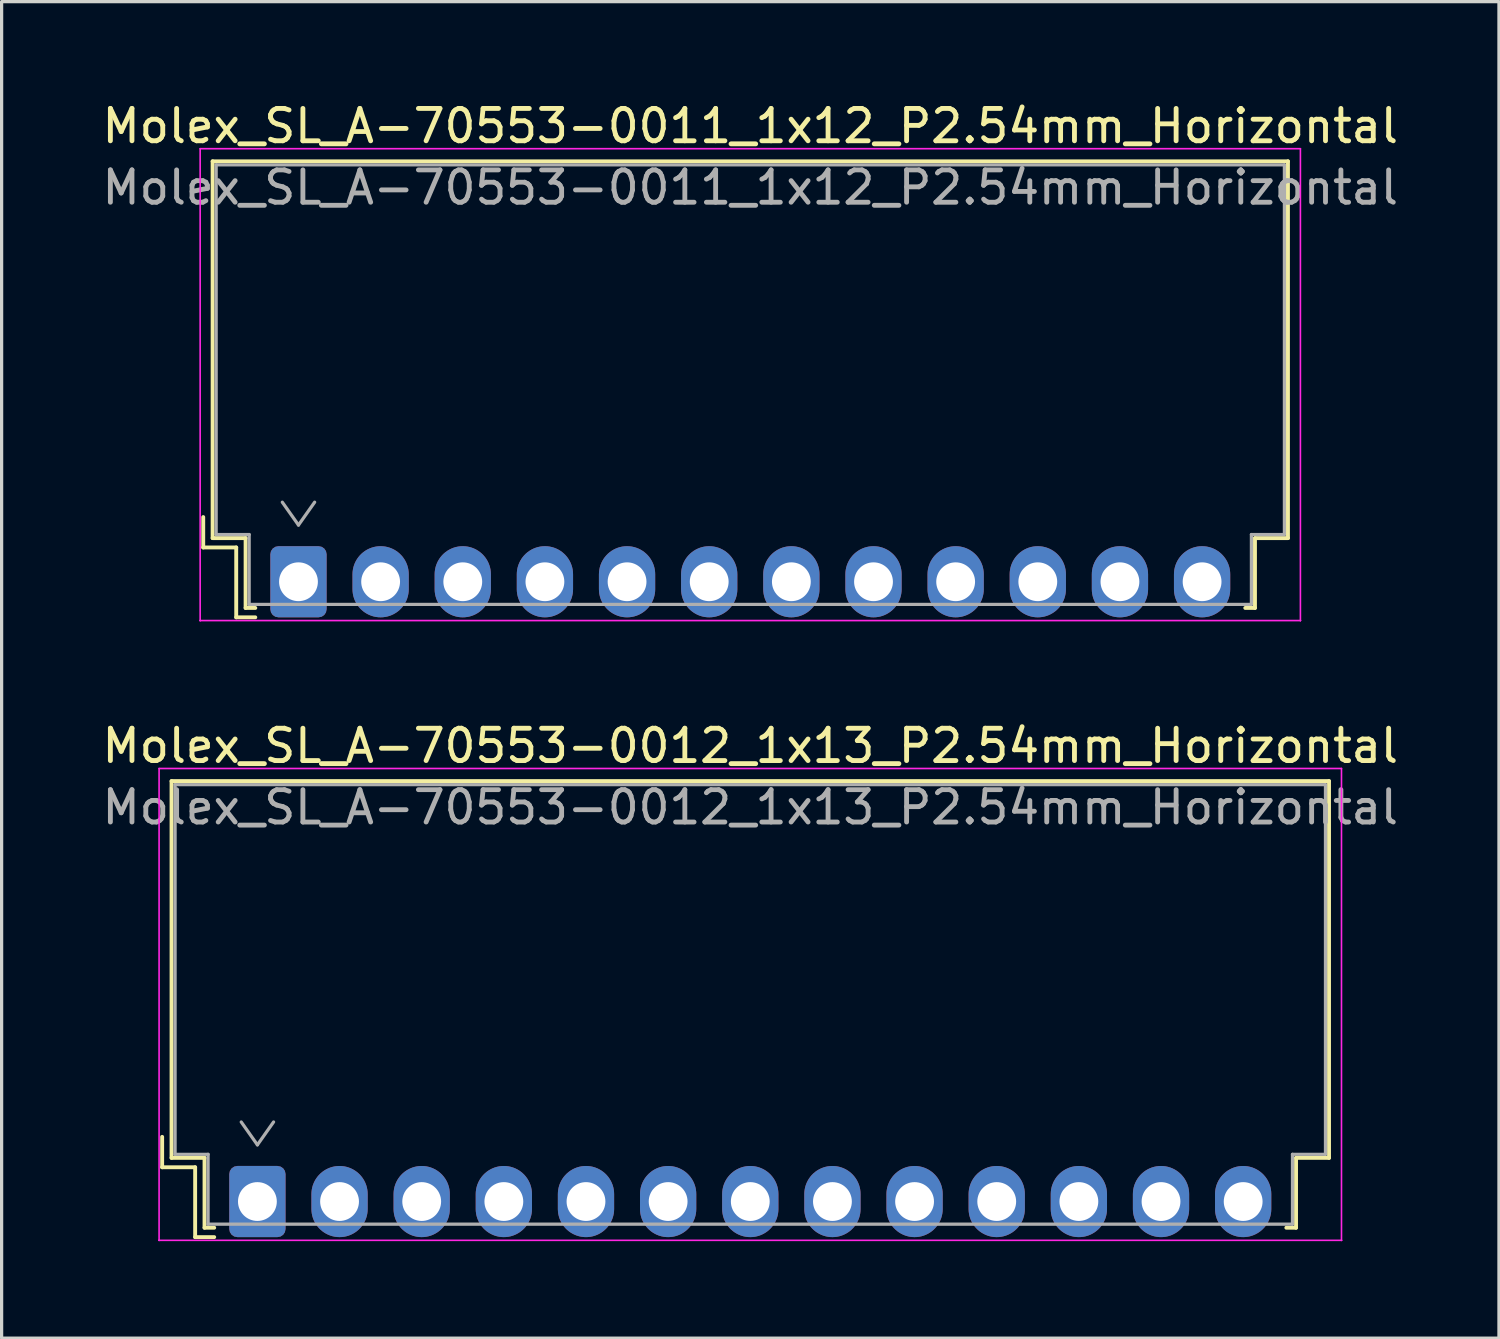
<source format=kicad_pcb>
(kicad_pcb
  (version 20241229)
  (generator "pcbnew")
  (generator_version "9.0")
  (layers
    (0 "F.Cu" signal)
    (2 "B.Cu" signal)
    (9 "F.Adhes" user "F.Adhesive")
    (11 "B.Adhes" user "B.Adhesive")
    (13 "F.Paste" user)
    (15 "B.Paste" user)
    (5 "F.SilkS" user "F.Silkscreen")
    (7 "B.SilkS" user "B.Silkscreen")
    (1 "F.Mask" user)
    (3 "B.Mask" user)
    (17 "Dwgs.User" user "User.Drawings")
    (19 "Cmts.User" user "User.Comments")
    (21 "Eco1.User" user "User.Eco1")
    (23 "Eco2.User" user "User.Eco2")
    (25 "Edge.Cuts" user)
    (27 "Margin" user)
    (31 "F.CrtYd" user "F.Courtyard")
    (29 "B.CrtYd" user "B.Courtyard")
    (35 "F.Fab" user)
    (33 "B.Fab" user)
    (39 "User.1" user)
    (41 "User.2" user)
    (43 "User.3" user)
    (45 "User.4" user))
  (footprint "Molex_SL_A-70553-0011_1x12_P2.54mm_Horizontal"
    (layer "F.Cu")
    (at 6.179 14.938)
    (property "Reference" "Molex_SL_A-70553-0011_1x12_P2.54mm_Horizontal" (at 13.97 -14.09 0) (layer "F.SilkS") (effects (font (size 1 1) (thickness 0.15))))
    (attr through_hole)
    (fp_line (start -2.945 -2) (end -2.945 -1.06) (stroke (width 0.12) (type solid)) (layer "F.SilkS"))
    (fp_line (start -2.945 -1.06) (end -1.925 -1.06) (stroke (width 0.12) (type solid)) (layer "F.SilkS"))
    (fp_line (start -2.655 -13) (end 30.595 -13) (stroke (width 0.12) (type solid)) (layer "F.SilkS"))
    (fp_line (start -2.655 -1.35) (end -2.655 -13) (stroke (width 0.12) (type solid)) (layer "F.SilkS"))
    (fp_line (start -2.655 -1.35) (end -1.635 -1.35) (stroke (width 0.12) (type solid)) (layer "F.SilkS"))
    (fp_line (start -1.925 -1.06) (end -1.925 1.1) (stroke (width 0.12) (type solid)) (layer "F.SilkS"))
    (fp_line (start -1.925 1.1) (end -1.335 1.1) (stroke (width 0.12) (type solid)) (layer "F.SilkS"))
    (fp_line (start -1.635 -1.35) (end -1.635 0.81) (stroke (width 0.12) (type solid)) (layer "F.SilkS"))
    (fp_line (start -1.635 0.81) (end -1.335 0.81) (stroke (width 0.12) (type solid)) (layer "F.SilkS"))
    (fp_line (start 29.575 -1.35) (end 29.575 0.81) (stroke (width 0.12) (type solid)) (layer "F.SilkS"))
    (fp_line (start 29.575 0.81) (end 29.275 0.81) (stroke (width 0.12) (type solid)) (layer "F.SilkS"))
    (fp_line (start 30.595 -13) (end 30.595 -1.35) (stroke (width 0.12) (type solid)) (layer "F.SilkS"))
    (fp_line (start 30.595 -1.35) (end 29.575 -1.35) (stroke (width 0.12) (type solid)) (layer "F.SilkS"))
    (fp_line (start -3.04 -13.39) (end -3.04 1.2) (stroke (width 0.05) (type solid)) (layer "F.CrtYd"))
    (fp_line (start -3.04 1.2) (end -3.04 1.2) (stroke (width 0.05) (type solid)) (layer "F.CrtYd"))
    (fp_line (start -3.04 1.2) (end -3.04 1.2) (stroke (width 0.05) (type solid)) (layer "F.CrtYd"))
    (fp_line (start -3.04 1.2) (end 30.98 1.2) (stroke (width 0.05) (type solid)) (layer "F.CrtYd"))
    (fp_line (start 30.98 -13.39) (end -3.04 -13.39) (stroke (width 0.05) (type solid)) (layer "F.CrtYd"))
    (fp_line (start 30.98 1.2) (end 30.98 -13.39) (stroke (width 0.05) (type solid)) (layer "F.CrtYd"))
    (fp_line (start 30.98 1.2) (end 30.98 1.2) (stroke (width 0.05) (type solid)) (layer "F.CrtYd"))
    (fp_line (start 30.98 1.2) (end 30.98 1.2) (stroke (width 0.05) (type solid)) (layer "F.CrtYd"))
    (fp_line (start -2.545 -12.89) (end -2.545 -1.46) (stroke (width 0.1) (type solid)) (layer "F.Fab"))
    (fp_line (start -2.545 -1.46) (end -1.525 -1.46) (stroke (width 0.1) (type solid)) (layer "F.Fab"))
    (fp_line (start -1.525 -1.46) (end -1.525 0.7) (stroke (width 0.1) (type solid)) (layer "F.Fab"))
    (fp_line (start -1.525 0.7) (end 29.465 0.7) (stroke (width 0.1) (type solid)) (layer "F.Fab"))
    (fp_line (start -0.5 -2.46) (end 0 -1.753) (stroke (width 0.1) (type solid)) (layer "F.Fab"))
    (fp_line (start 0 -1.753) (end 0.5 -2.46) (stroke (width 0.1) (type solid)) (layer "F.Fab"))
    (fp_line (start 29.465 -1.46) (end 30.485 -1.46) (stroke (width 0.1) (type solid)) (layer "F.Fab"))
    (fp_line (start 29.465 0.7) (end 29.465 -1.46) (stroke (width 0.1) (type solid)) (layer "F.Fab"))
    (fp_line (start 30.485 -12.89) (end -2.545 -12.89) (stroke (width 0.1) (type solid)) (layer "F.Fab"))
    (fp_line (start 30.485 -1.46) (end 30.485 -12.89) (stroke (width 0.1) (type solid)) (layer "F.Fab"))
    (fp_text user "${REFERENCE}" (at 13.97 -12.19 0) (layer "F.Fab") (effects (font (size 1 1) (thickness 0.15))))
    (pad "1" thru_hole roundrect (at 0 0) (size 1.74 2.2) (drill 1.2) (layers "*.Cu" "*.Mask") (roundrect_rratio 0.144))
    (pad "2" thru_hole oval (at 2.54 0) (size 1.74 2.2) (drill 1.2) (layers "*.Cu" "*.Mask"))
    (pad "3" thru_hole oval (at 5.08 0) (size 1.74 2.2) (drill 1.2) (layers "*.Cu" "*.Mask"))
    (pad "4" thru_hole oval (at 7.62 0) (size 1.74 2.2) (drill 1.2) (layers "*.Cu" "*.Mask"))
    (pad "5" thru_hole oval (at 10.16 0) (size 1.74 2.2) (drill 1.2) (layers "*.Cu" "*.Mask"))
    (pad "6" thru_hole oval (at 12.7 0) (size 1.74 2.2) (drill 1.2) (layers "*.Cu" "*.Mask"))
    (pad "7" thru_hole oval (at 15.24 0) (size 1.74 2.2) (drill 1.2) (layers "*.Cu" "*.Mask"))
    (pad "8" thru_hole oval (at 17.78 0) (size 1.74 2.2) (drill 1.2) (layers "*.Cu" "*.Mask"))
    (pad "9" thru_hole oval (at 20.32 0) (size 1.74 2.2) (drill 1.2) (layers "*.Cu" "*.Mask"))
    (pad "10" thru_hole oval (at 22.86 0) (size 1.74 2.2) (drill 1.2) (layers "*.Cu" "*.Mask"))
    (pad "11" thru_hole oval (at 25.4 0) (size 1.74 2.2) (drill 1.2) (layers "*.Cu" "*.Mask"))
    (pad "12" thru_hole oval (at 27.94 0) (size 1.74 2.2) (drill 1.2) (layers "*.Cu" "*.Mask")))
  (footprint "Molex_SL_A-70553-0012_1x13_P2.54mm_Horizontal"
    (layer "F.Cu")
    (at 4.909 34.102)
    (property "Reference" "Molex_SL_A-70553-0012_1x13_P2.54mm_Horizontal" (at 15.24 -14.09 0) (layer "F.SilkS") (effects (font (size 1 1) (thickness 0.15))))
    (attr through_hole)
    (fp_line (start -2.945 -2) (end -2.945 -1.06) (stroke (width 0.12) (type solid)) (layer "F.SilkS"))
    (fp_line (start -2.945 -1.06) (end -1.925 -1.06) (stroke (width 0.12) (type solid)) (layer "F.SilkS"))
    (fp_line (start -2.655 -13) (end 33.135 -13) (stroke (width 0.12) (type solid)) (layer "F.SilkS"))
    (fp_line (start -2.655 -1.35) (end -2.655 -13) (stroke (width 0.12) (type solid)) (layer "F.SilkS"))
    (fp_line (start -2.655 -1.35) (end -1.635 -1.35) (stroke (width 0.12) (type solid)) (layer "F.SilkS"))
    (fp_line (start -1.925 -1.06) (end -1.925 1.1) (stroke (width 0.12) (type solid)) (layer "F.SilkS"))
    (fp_line (start -1.925 1.1) (end -1.335 1.1) (stroke (width 0.12) (type solid)) (layer "F.SilkS"))
    (fp_line (start -1.635 -1.35) (end -1.635 0.81) (stroke (width 0.12) (type solid)) (layer "F.SilkS"))
    (fp_line (start -1.635 0.81) (end -1.335 0.81) (stroke (width 0.12) (type solid)) (layer "F.SilkS"))
    (fp_line (start 32.115 -1.35) (end 32.115 0.81) (stroke (width 0.12) (type solid)) (layer "F.SilkS"))
    (fp_line (start 32.115 0.81) (end 31.815 0.81) (stroke (width 0.12) (type solid)) (layer "F.SilkS"))
    (fp_line (start 33.135 -13) (end 33.135 -1.35) (stroke (width 0.12) (type solid)) (layer "F.SilkS"))
    (fp_line (start 33.135 -1.35) (end 32.115 -1.35) (stroke (width 0.12) (type solid)) (layer "F.SilkS"))
    (fp_line (start -3.04 -13.39) (end -3.04 1.2) (stroke (width 0.05) (type solid)) (layer "F.CrtYd"))
    (fp_line (start -3.04 1.2) (end -3.04 1.2) (stroke (width 0.05) (type solid)) (layer "F.CrtYd"))
    (fp_line (start -3.04 1.2) (end -3.04 1.2) (stroke (width 0.05) (type solid)) (layer "F.CrtYd"))
    (fp_line (start -3.04 1.2) (end 33.52 1.2) (stroke (width 0.05) (type solid)) (layer "F.CrtYd"))
    (fp_line (start 33.52 -13.39) (end -3.04 -13.39) (stroke (width 0.05) (type solid)) (layer "F.CrtYd"))
    (fp_line (start 33.52 1.2) (end 33.52 -13.39) (stroke (width 0.05) (type solid)) (layer "F.CrtYd"))
    (fp_line (start 33.52 1.2) (end 33.52 1.2) (stroke (width 0.05) (type solid)) (layer "F.CrtYd"))
    (fp_line (start 33.52 1.2) (end 33.52 1.2) (stroke (width 0.05) (type solid)) (layer "F.CrtYd"))
    (fp_line (start -2.545 -12.89) (end -2.545 -1.46) (stroke (width 0.1) (type solid)) (layer "F.Fab"))
    (fp_line (start -2.545 -1.46) (end -1.525 -1.46) (stroke (width 0.1) (type solid)) (layer "F.Fab"))
    (fp_line (start -1.525 -1.46) (end -1.525 0.7) (stroke (width 0.1) (type solid)) (layer "F.Fab"))
    (fp_line (start -1.525 0.7) (end 32.005 0.7) (stroke (width 0.1) (type solid)) (layer "F.Fab"))
    (fp_line (start -0.5 -2.46) (end 0 -1.753) (stroke (width 0.1) (type solid)) (layer "F.Fab"))
    (fp_line (start 0 -1.753) (end 0.5 -2.46) (stroke (width 0.1) (type solid)) (layer "F.Fab"))
    (fp_line (start 32.005 -1.46) (end 33.025 -1.46) (stroke (width 0.1) (type solid)) (layer "F.Fab"))
    (fp_line (start 32.005 0.7) (end 32.005 -1.46) (stroke (width 0.1) (type solid)) (layer "F.Fab"))
    (fp_line (start 33.025 -12.89) (end -2.545 -12.89) (stroke (width 0.1) (type solid)) (layer "F.Fab"))
    (fp_line (start 33.025 -1.46) (end 33.025 -12.89) (stroke (width 0.1) (type solid)) (layer "F.Fab"))
    (fp_text user "${REFERENCE}" (at 15.24 -12.19 0) (layer "F.Fab") (effects (font (size 1 1) (thickness 0.15))))
    (pad "1" thru_hole roundrect (at 0 0) (size 1.74 2.2) (drill 1.2) (layers "*.Cu" "*.Mask") (roundrect_rratio 0.144))
    (pad "2" thru_hole oval (at 2.54 0) (size 1.74 2.2) (drill 1.2) (layers "*.Cu" "*.Mask"))
    (pad "3" thru_hole oval (at 5.08 0) (size 1.74 2.2) (drill 1.2) (layers "*.Cu" "*.Mask"))
    (pad "4" thru_hole oval (at 7.62 0) (size 1.74 2.2) (drill 1.2) (layers "*.Cu" "*.Mask"))
    (pad "5" thru_hole oval (at 10.16 0) (size 1.74 2.2) (drill 1.2) (layers "*.Cu" "*.Mask"))
    (pad "6" thru_hole oval (at 12.7 0) (size 1.74 2.2) (drill 1.2) (layers "*.Cu" "*.Mask"))
    (pad "7" thru_hole oval (at 15.24 0) (size 1.74 2.2) (drill 1.2) (layers "*.Cu" "*.Mask"))
    (pad "8" thru_hole oval (at 17.78 0) (size 1.74 2.2) (drill 1.2) (layers "*.Cu" "*.Mask"))
    (pad "9" thru_hole oval (at 20.32 0) (size 1.74 2.2) (drill 1.2) (layers "*.Cu" "*.Mask"))
    (pad "10" thru_hole oval (at 22.86 0) (size 1.74 2.2) (drill 1.2) (layers "*.Cu" "*.Mask"))
    (pad "11" thru_hole oval (at 25.4 0) (size 1.74 2.2) (drill 1.2) (layers "*.Cu" "*.Mask"))
    (pad "12" thru_hole oval (at 27.94 0) (size 1.74 2.2) (drill 1.2) (layers "*.Cu" "*.Mask"))
    (pad "13" thru_hole oval (at 30.48 0) (size 1.74 2.2) (drill 1.2) (layers "*.Cu" "*.Mask")))
  (gr_rect
    (start -3 -3)
    (end 43.298 38.327)
    (stroke (width 0.1) (type default))
    (fill no)
    (layer "Edge.Cuts")))
</source>
